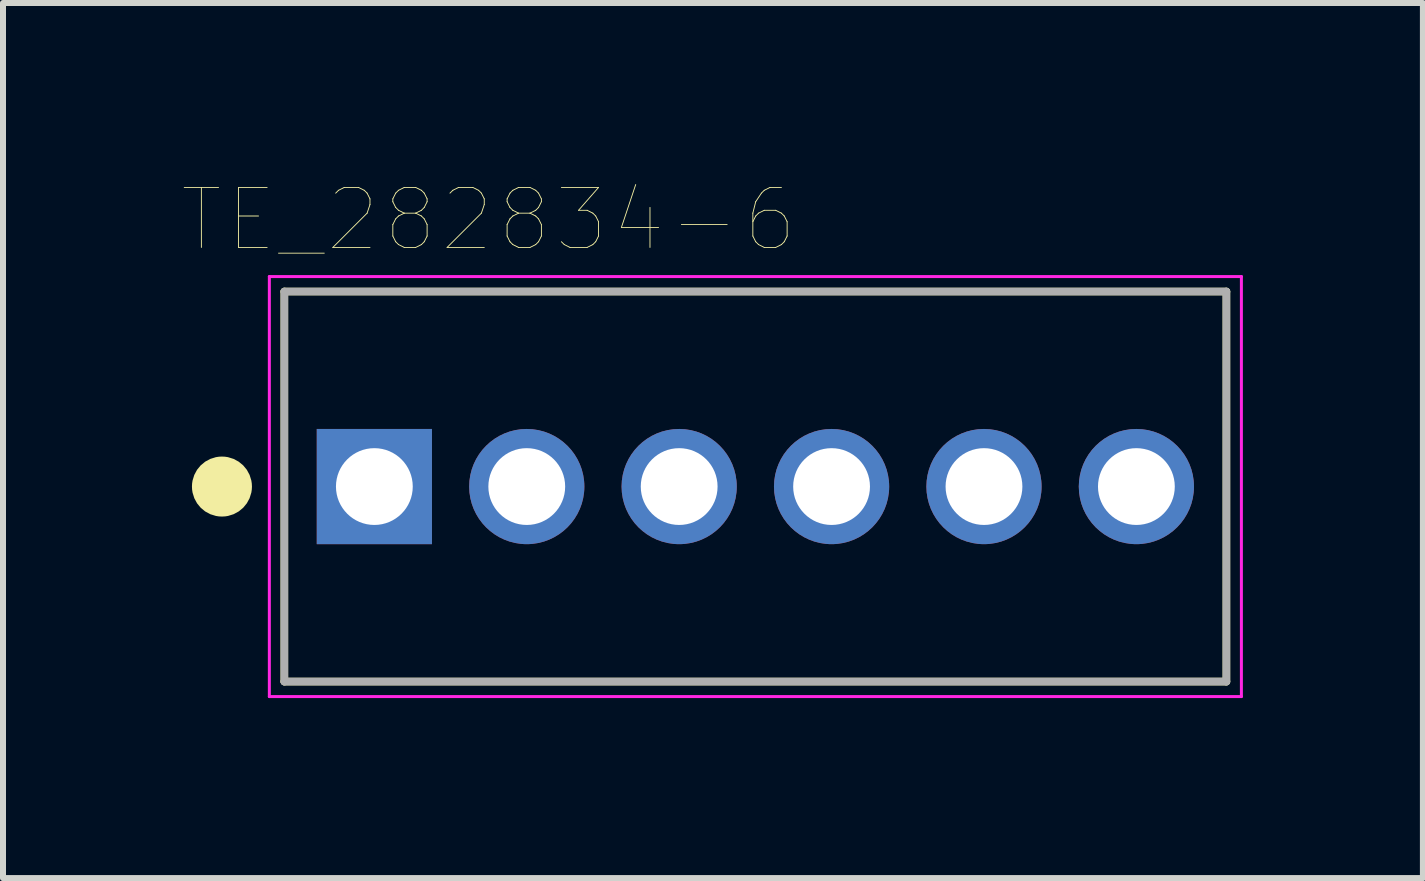
<source format=kicad_pcb>
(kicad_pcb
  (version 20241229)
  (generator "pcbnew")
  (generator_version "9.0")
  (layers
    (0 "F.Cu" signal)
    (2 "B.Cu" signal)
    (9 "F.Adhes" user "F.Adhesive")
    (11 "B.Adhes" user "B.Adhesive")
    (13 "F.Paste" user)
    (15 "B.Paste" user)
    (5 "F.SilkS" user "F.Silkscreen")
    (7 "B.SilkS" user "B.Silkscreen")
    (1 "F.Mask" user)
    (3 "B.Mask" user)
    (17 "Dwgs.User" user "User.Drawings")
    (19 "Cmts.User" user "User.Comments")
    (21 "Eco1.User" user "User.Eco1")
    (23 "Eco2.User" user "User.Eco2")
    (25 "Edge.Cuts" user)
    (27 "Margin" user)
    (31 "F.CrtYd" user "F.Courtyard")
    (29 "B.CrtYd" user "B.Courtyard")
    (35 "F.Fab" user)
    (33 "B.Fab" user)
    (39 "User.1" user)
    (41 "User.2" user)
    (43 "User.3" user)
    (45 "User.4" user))
  (footprint "TE_282834-6"
    (layer "F.Cu")
    (at 9.539 5.059)
    (property "Reference" "TE_282834-6" (at -4.447 -4.447 0) (layer "F.SilkS") (effects (font (size 1 1) (thickness 0.015))))
    (attr through_hole)
    (fp_line (start -7.85 -3.25) (end 7.85 -3.25) (stroke (width 0.127) (type solid)) (layer "F.SilkS"))
    (fp_line (start -7.85 3.25) (end -7.85 -3.25) (stroke (width 0.127) (type solid)) (layer "F.SilkS"))
    (fp_line (start 7.85 -3.25) (end 7.85 3.25) (stroke (width 0.127) (type solid)) (layer "F.SilkS"))
    (fp_line (start 7.85 3.25) (end -7.85 3.25) (stroke (width 0.127) (type solid)) (layer "F.SilkS"))
    (fp_circle (center -8.89 0) (end -8.64 0) (stroke (width 0.5) (type solid)) (fill no) (layer "F.SilkS"))
    (fp_line (start -8.1 -3.5) (end -8.1 3.5) (stroke (width 0.05) (type solid)) (layer "F.CrtYd"))
    (fp_line (start -8.1 3.5) (end 8.1 3.5) (stroke (width 0.05) (type solid)) (layer "F.CrtYd"))
    (fp_line (start 8.1 -3.5) (end -8.1 -3.5) (stroke (width 0.05) (type solid)) (layer "F.CrtYd"))
    (fp_line (start 8.1 3.5) (end 8.1 -3.5) (stroke (width 0.05) (type solid)) (layer "F.CrtYd"))
    (fp_line (start -7.85 -3.25) (end 7.85 -3.25) (stroke (width 0.127) (type solid)) (layer "F.Fab"))
    (fp_line (start -7.85 3.25) (end -7.85 -3.25) (stroke (width 0.127) (type solid)) (layer "F.Fab"))
    (fp_line (start 7.85 -3.25) (end 7.85 3.25) (stroke (width 0.127) (type solid)) (layer "F.Fab"))
    (fp_line (start 7.85 3.25) (end -7.85 3.25) (stroke (width 0.127) (type solid)) (layer "F.Fab"))
    (fp_circle (center -6.35 0) (end -6.1 0) (stroke (width 0.5) (type solid)) (fill no) (layer "F.Fab"))
    (pad "1" thru_hole rect (at -6.35 0) (size 1.92 1.92) (drill 1.28) (layers "*.Cu" "*.Mask"))
    (pad "2" thru_hole circle (at -3.81 0) (size 1.92 1.92) (drill 1.28) (layers "*.Cu" "*.Mask"))
    (pad "3" thru_hole circle (at -1.27 0) (size 1.92 1.92) (drill 1.28) (layers "*.Cu" "*.Mask"))
    (pad "4" thru_hole circle (at 1.27 0) (size 1.92 1.92) (drill 1.28) (layers "*.Cu" "*.Mask"))
    (pad "5" thru_hole circle (at 3.81 0) (size 1.92 1.92) (drill 1.28) (layers "*.Cu" "*.Mask"))
    (pad "6" thru_hole circle (at 6.35 0) (size 1.92 1.92) (drill 1.28) (layers "*.Cu" "*.Mask")))
  (gr_rect
    (start -3 -3)
    (end 20.664 11.584)
    (stroke (width 0.1) (type default))
    (fill no)
    (layer "Edge.Cuts")))
</source>
